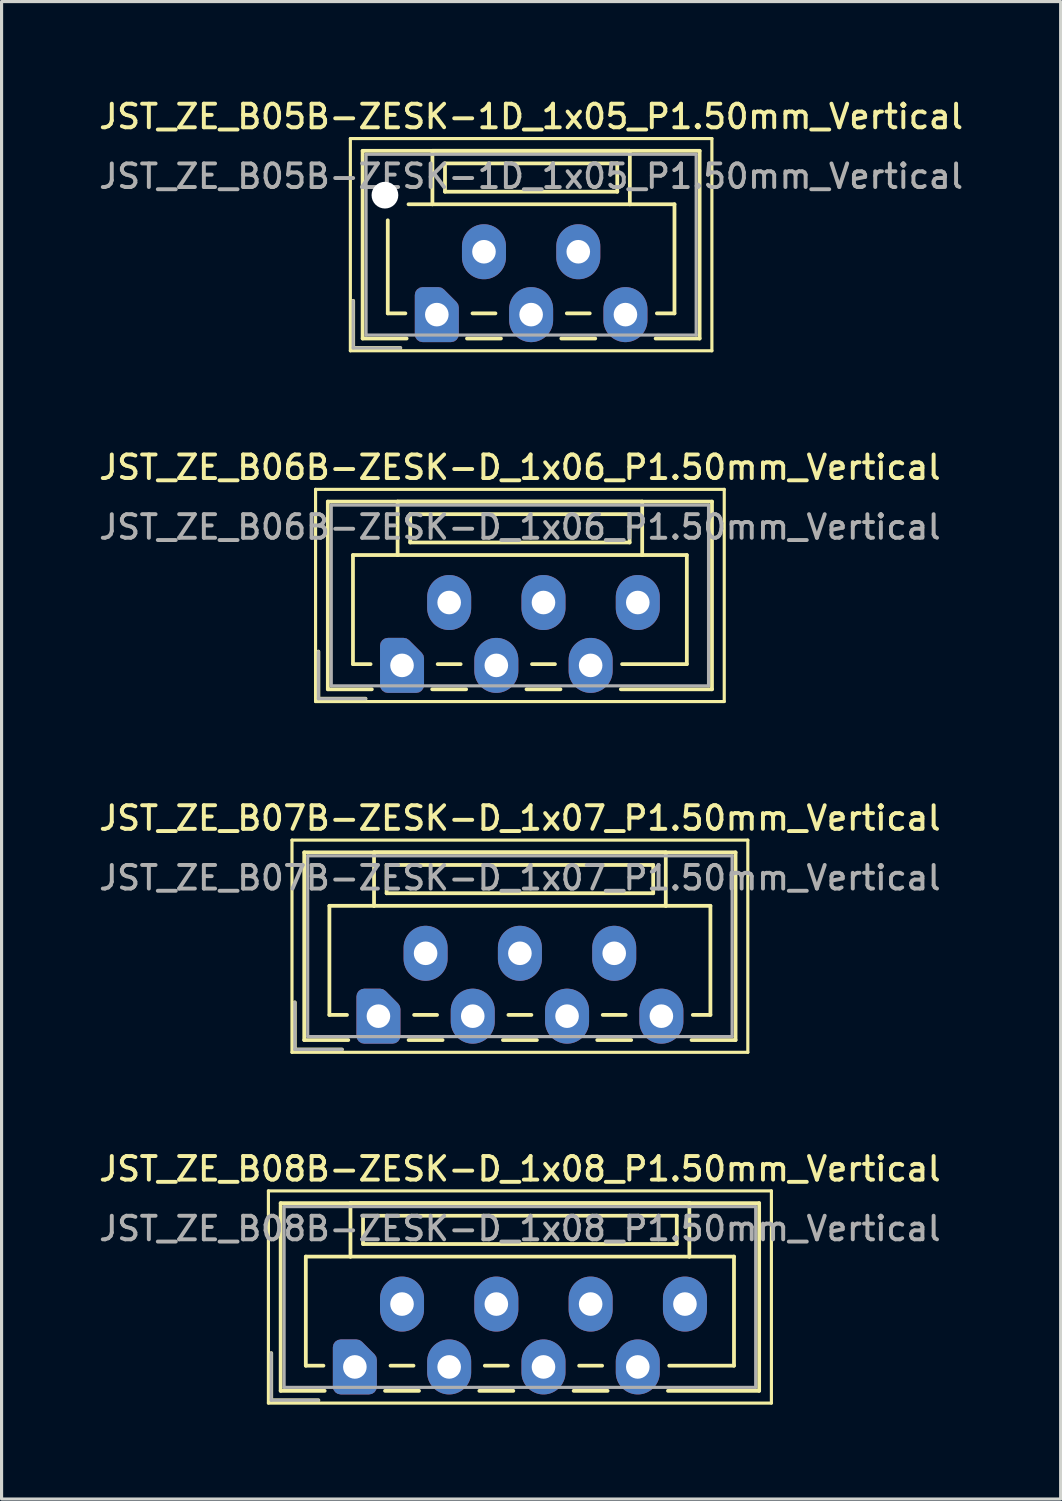
<source format=kicad_pcb>
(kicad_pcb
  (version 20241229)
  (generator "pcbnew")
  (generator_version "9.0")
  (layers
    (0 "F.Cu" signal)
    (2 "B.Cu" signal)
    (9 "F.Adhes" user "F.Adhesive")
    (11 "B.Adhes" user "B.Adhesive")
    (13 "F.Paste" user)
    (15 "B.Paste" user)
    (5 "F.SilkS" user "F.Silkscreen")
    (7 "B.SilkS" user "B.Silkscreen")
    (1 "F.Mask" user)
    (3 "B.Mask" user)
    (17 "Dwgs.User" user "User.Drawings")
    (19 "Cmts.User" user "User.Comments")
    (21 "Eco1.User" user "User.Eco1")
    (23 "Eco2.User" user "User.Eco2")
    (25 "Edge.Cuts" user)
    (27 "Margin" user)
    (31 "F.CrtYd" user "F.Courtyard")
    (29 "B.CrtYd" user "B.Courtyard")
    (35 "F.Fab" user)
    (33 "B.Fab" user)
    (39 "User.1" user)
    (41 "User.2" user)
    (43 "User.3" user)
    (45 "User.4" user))
  (footprint "JST_ZE_B05B-ZESK-1D_1x05_P1.50mm_Vertical"
    (layer "F.Cu")
    (at 10.845 6.958)
    (property "Reference" "JST_ZE_B05B-ZESK-1D_1x05_P1.50mm_Vertical" (at 3 -6.3 0) (layer "F.SilkS") (effects (font (size 0.75 0.75) (thickness 0.125))))
    (attr through_hole)
    (fp_line (start -2.75 -5.6) (end -2.75 1.15) (stroke (width 0.1) (type solid)) (layer "F.SilkS"))
    (fp_line (start -2.75 1.15) (end 8.75 1.15) (stroke (width 0.1) (type solid)) (layer "F.SilkS"))
    (fp_line (start -2.66 -0.44) (end -2.66 1.06) (stroke (width 0.12) (type solid)) (layer "F.SilkS"))
    (fp_line (start -2.66 1.06) (end -1.16 1.06) (stroke (width 0.12) (type solid)) (layer "F.SilkS"))
    (fp_line (start -2.36 -5.21) (end 8.36 -5.21) (stroke (width 0.12) (type solid)) (layer "F.SilkS"))
    (fp_line (start -2.36 0.76) (end -2.36 -5.21) (stroke (width 0.12) (type solid)) (layer "F.SilkS"))
    (fp_line (start -1.56 -3) (end -1.56 -0.04) (stroke (width 0.12) (type solid)) (layer "F.SilkS"))
    (fp_line (start -1.56 -0.04) (end -1 -0.04) (stroke (width 0.12) (type solid)) (layer "F.SilkS"))
    (fp_line (start -0.96 0.76) (end -2.36 0.76) (stroke (width 0.12) (type solid)) (layer "F.SilkS"))
    (fp_line (start -0.14 -5.21) (end -0.14 -3.51) (stroke (width 0.12) (type solid)) (layer "F.SilkS"))
    (fp_line (start -0.14 -3.51) (end -0.9 -3.51) (stroke (width 0.12) (type solid)) (layer "F.SilkS"))
    (fp_line (start -0.14 -3.51) (end 6.14 -3.51) (stroke (width 0.12) (type solid)) (layer "F.SilkS"))
    (fp_line (start 0.26 -4.81) (end 0.26 -3.91) (stroke (width 0.12) (type solid)) (layer "F.SilkS"))
    (fp_line (start 0.26 -3.91) (end 5.74 -3.91) (stroke (width 0.12) (type solid)) (layer "F.SilkS"))
    (fp_line (start 0.96 0.76) (end 2.04 0.76) (stroke (width 0.12) (type solid)) (layer "F.SilkS"))
    (fp_line (start 1.135 -0.04) (end 1.865 -0.04) (stroke (width 0.12) (type solid)) (layer "F.SilkS"))
    (fp_line (start 3.96 0.76) (end 5.04 0.76) (stroke (width 0.12) (type solid)) (layer "F.SilkS"))
    (fp_line (start 4.135 -0.04) (end 4.865 -0.04) (stroke (width 0.12) (type solid)) (layer "F.SilkS"))
    (fp_line (start 5.74 -4.81) (end 0.26 -4.81) (stroke (width 0.12) (type solid)) (layer "F.SilkS"))
    (fp_line (start 5.74 -3.91) (end 5.74 -4.81) (stroke (width 0.12) (type solid)) (layer "F.SilkS"))
    (fp_line (start 6.14 -5.21) (end -0.14 -5.21) (stroke (width 0.12) (type solid)) (layer "F.SilkS"))
    (fp_line (start 6.14 -3.51) (end 6.14 -5.21) (stroke (width 0.12) (type solid)) (layer "F.SilkS"))
    (fp_line (start 6.14 -3.51) (end 7.56 -3.51) (stroke (width 0.12) (type solid)) (layer "F.SilkS"))
    (fp_line (start 7.56 -3.51) (end 7.56 -0.04) (stroke (width 0.12) (type solid)) (layer "F.SilkS"))
    (fp_line (start 7.56 -0.04) (end 7 -0.04) (stroke (width 0.12) (type solid)) (layer "F.SilkS"))
    (fp_line (start 8.36 -5.21) (end 8.36 0.76) (stroke (width 0.12) (type solid)) (layer "F.SilkS"))
    (fp_line (start 8.36 0.76) (end 6.96 0.76) (stroke (width 0.12) (type solid)) (layer "F.SilkS"))
    (fp_line (start 8.75 -5.6) (end -2.75 -5.6) (stroke (width 0.1) (type solid)) (layer "F.SilkS"))
    (fp_line (start 8.75 1.15) (end 8.75 -5.6) (stroke (width 0.1) (type solid)) (layer "F.SilkS"))
    (fp_line (start -2.66 -0.44) (end -2.66 1.06) (stroke (width 0.1) (type solid)) (layer "F.Fab"))
    (fp_line (start -2.66 1.06) (end -1.16 1.06) (stroke (width 0.1) (type solid)) (layer "F.Fab"))
    (fp_line (start -2.25 -5.1) (end -2.25 0.65) (stroke (width 0.1) (type solid)) (layer "F.Fab"))
    (fp_line (start -2.25 0.65) (end 8.25 0.65) (stroke (width 0.1) (type solid)) (layer "F.Fab"))
    (fp_line (start 8.25 -5.1) (end -2.25 -5.1) (stroke (width 0.1) (type solid)) (layer "F.Fab"))
    (fp_line (start 8.25 0.65) (end 8.25 -5.1) (stroke (width 0.1) (type solid)) (layer "F.Fab"))
    (fp_text user "${REFERENCE}" (at 3 -4.4 0) (layer "F.Fab") (effects (font (size 0.75 0.75) (thickness 0.125))))
    (pad "" np_thru_hole circle (at -1.65 -3.8) (size 0.85 0.85) (drill 0.85) (layers "*.Cu" "*.Mask"))
    (pad "1" thru_hole custom (at 0 0) (size 1.117 1.117) (drill 0.75) (layers "*.Cu" "*.Mask") (options (anchor circle)) (primitives (gr_poly (pts (xy 0.45 -0.225) (xy 0.45 0.625) (xy -0.45 0.625) (xy -0.45 -0.625) (xy 0.05 -0.625)) (width 0.5) (fill yes))))
    (pad "2" thru_hole oval (at 1.5 -2) (size 1.4 1.75) (drill 0.75) (layers "*.Cu" "*.Mask"))
    (pad "3" thru_hole oval (at 3 0) (size 1.4 1.75) (drill 0.75) (layers "*.Cu" "*.Mask"))
    (pad "4" thru_hole oval (at 4.5 -2) (size 1.4 1.75) (drill 0.75) (layers "*.Cu" "*.Mask"))
    (pad "5" thru_hole oval (at 6 0) (size 1.4 1.75) (drill 0.75) (layers "*.Cu" "*.Mask")))
  (footprint "JST_ZE_B07B-ZESK-D_1x07_P1.50mm_Vertical"
    (layer "F.Cu")
    (at 8.988 29.274)
    (property "Reference" "JST_ZE_B07B-ZESK-D_1x07_P1.50mm_Vertical" (at 4.5 -6.3 0) (layer "F.SilkS") (effects (font (size 0.75 0.75) (thickness 0.125))))
    (attr through_hole)
    (fp_line (start -2.75 -5.6) (end -2.75 1.15) (stroke (width 0.1) (type solid)) (layer "F.SilkS"))
    (fp_line (start -2.75 1.15) (end 11.75 1.15) (stroke (width 0.1) (type solid)) (layer "F.SilkS"))
    (fp_line (start -2.66 -0.44) (end -2.66 1.06) (stroke (width 0.12) (type solid)) (layer "F.SilkS"))
    (fp_line (start -2.66 1.06) (end -1.16 1.06) (stroke (width 0.12) (type solid)) (layer "F.SilkS"))
    (fp_line (start -2.36 -5.21) (end 11.36 -5.21) (stroke (width 0.12) (type solid)) (layer "F.SilkS"))
    (fp_line (start -2.36 0.76) (end -2.36 -5.21) (stroke (width 0.12) (type solid)) (layer "F.SilkS"))
    (fp_line (start -1.56 -3.51) (end -1.56 -0.04) (stroke (width 0.12) (type solid)) (layer "F.SilkS"))
    (fp_line (start -1.56 -0.04) (end -1 -0.04) (stroke (width 0.12) (type solid)) (layer "F.SilkS"))
    (fp_line (start -0.96 0.76) (end -2.36 0.76) (stroke (width 0.12) (type solid)) (layer "F.SilkS"))
    (fp_line (start -0.14 -5.21) (end -0.14 -3.51) (stroke (width 0.12) (type solid)) (layer "F.SilkS"))
    (fp_line (start -0.14 -3.51) (end -1.56 -3.51) (stroke (width 0.12) (type solid)) (layer "F.SilkS"))
    (fp_line (start -0.14 -3.51) (end 9.14 -3.51) (stroke (width 0.12) (type solid)) (layer "F.SilkS"))
    (fp_line (start 0.26 -4.81) (end 0.26 -3.91) (stroke (width 0.12) (type solid)) (layer "F.SilkS"))
    (fp_line (start 0.26 -3.91) (end 8.74 -3.91) (stroke (width 0.12) (type solid)) (layer "F.SilkS"))
    (fp_line (start 0.96 0.76) (end 2.04 0.76) (stroke (width 0.12) (type solid)) (layer "F.SilkS"))
    (fp_line (start 1.135 -0.04) (end 1.865 -0.04) (stroke (width 0.12) (type solid)) (layer "F.SilkS"))
    (fp_line (start 3.96 0.76) (end 5.04 0.76) (stroke (width 0.12) (type solid)) (layer "F.SilkS"))
    (fp_line (start 4.135 -0.04) (end 4.865 -0.04) (stroke (width 0.12) (type solid)) (layer "F.SilkS"))
    (fp_line (start 6.96 0.76) (end 8.04 0.76) (stroke (width 0.12) (type solid)) (layer "F.SilkS"))
    (fp_line (start 7.135 -0.04) (end 7.865 -0.04) (stroke (width 0.12) (type solid)) (layer "F.SilkS"))
    (fp_line (start 8.74 -4.81) (end 0.26 -4.81) (stroke (width 0.12) (type solid)) (layer "F.SilkS"))
    (fp_line (start 8.74 -3.91) (end 8.74 -4.81) (stroke (width 0.12) (type solid)) (layer "F.SilkS"))
    (fp_line (start 9.14 -5.21) (end -0.14 -5.21) (stroke (width 0.12) (type solid)) (layer "F.SilkS"))
    (fp_line (start 9.14 -3.51) (end 9.14 -5.21) (stroke (width 0.12) (type solid)) (layer "F.SilkS"))
    (fp_line (start 9.14 -3.51) (end 10.56 -3.51) (stroke (width 0.12) (type solid)) (layer "F.SilkS"))
    (fp_line (start 10.56 -3.51) (end 10.56 -0.04) (stroke (width 0.12) (type solid)) (layer "F.SilkS"))
    (fp_line (start 10.56 -0.04) (end 10 -0.04) (stroke (width 0.12) (type solid)) (layer "F.SilkS"))
    (fp_line (start 11.36 -5.21) (end 11.36 0.76) (stroke (width 0.12) (type solid)) (layer "F.SilkS"))
    (fp_line (start 11.36 0.76) (end 9.96 0.76) (stroke (width 0.12) (type solid)) (layer "F.SilkS"))
    (fp_line (start 11.75 -5.6) (end -2.75 -5.6) (stroke (width 0.1) (type solid)) (layer "F.SilkS"))
    (fp_line (start 11.75 1.15) (end 11.75 -5.6) (stroke (width 0.1) (type solid)) (layer "F.SilkS"))
    (fp_line (start -2.66 -0.44) (end -2.66 1.06) (stroke (width 0.1) (type solid)) (layer "F.Fab"))
    (fp_line (start -2.66 1.06) (end -1.16 1.06) (stroke (width 0.1) (type solid)) (layer "F.Fab"))
    (fp_line (start -2.25 -5.1) (end -2.25 0.65) (stroke (width 0.1) (type solid)) (layer "F.Fab"))
    (fp_line (start -2.25 0.65) (end 11.25 0.65) (stroke (width 0.1) (type solid)) (layer "F.Fab"))
    (fp_line (start 11.25 -5.1) (end -2.25 -5.1) (stroke (width 0.1) (type solid)) (layer "F.Fab"))
    (fp_line (start 11.25 0.65) (end 11.25 -5.1) (stroke (width 0.1) (type solid)) (layer "F.Fab"))
    (fp_text user "${REFERENCE}" (at 4.5 -4.4 0) (layer "F.Fab") (effects (font (size 0.75 0.75) (thickness 0.125))))
    (pad "1" thru_hole custom (at 0 0) (size 1.117 1.117) (drill 0.75) (layers "*.Cu" "*.Mask") (options (anchor circle)) (primitives (gr_poly (pts (xy 0.45 -0.225) (xy 0.45 0.625) (xy -0.45 0.625) (xy -0.45 -0.625) (xy 0.05 -0.625)) (width 0.5) (fill yes))))
    (pad "2" thru_hole oval (at 1.5 -2) (size 1.4 1.75) (drill 0.75) (layers "*.Cu" "*.Mask"))
    (pad "3" thru_hole oval (at 3 0) (size 1.4 1.75) (drill 0.75) (layers "*.Cu" "*.Mask"))
    (pad "4" thru_hole oval (at 4.5 -2) (size 1.4 1.75) (drill 0.75) (layers "*.Cu" "*.Mask"))
    (pad "5" thru_hole oval (at 6 0) (size 1.4 1.75) (drill 0.75) (layers "*.Cu" "*.Mask"))
    (pad "6" thru_hole oval (at 7.5 -2) (size 1.4 1.75) (drill 0.75) (layers "*.Cu" "*.Mask"))
    (pad "7" thru_hole oval (at 9 0) (size 1.4 1.75) (drill 0.75) (layers "*.Cu" "*.Mask")))
  (footprint "JST_ZE_B08B-ZESK-D_1x08_P1.50mm_Vertical"
    (layer "F.Cu")
    (at 8.238 40.432)
    (property "Reference" "JST_ZE_B08B-ZESK-D_1x08_P1.50mm_Vertical" (at 5.25 -6.3 0) (layer "F.SilkS") (effects (font (size 0.75 0.75) (thickness 0.125))))
    (attr through_hole)
    (fp_line (start -2.75 -5.6) (end -2.75 1.15) (stroke (width 0.1) (type solid)) (layer "F.SilkS"))
    (fp_line (start -2.75 1.15) (end 13.25 1.15) (stroke (width 0.1) (type solid)) (layer "F.SilkS"))
    (fp_line (start -2.66 -0.44) (end -2.66 1.06) (stroke (width 0.12) (type solid)) (layer "F.SilkS"))
    (fp_line (start -2.66 1.06) (end -1.16 1.06) (stroke (width 0.12) (type solid)) (layer "F.SilkS"))
    (fp_line (start -2.36 -5.21) (end 12.86 -5.21) (stroke (width 0.12) (type solid)) (layer "F.SilkS"))
    (fp_line (start -2.36 0.76) (end -2.36 -5.21) (stroke (width 0.12) (type solid)) (layer "F.SilkS"))
    (fp_line (start -1.56 -3.51) (end -1.56 -0.04) (stroke (width 0.12) (type solid)) (layer "F.SilkS"))
    (fp_line (start -1.56 -0.04) (end -1 -0.04) (stroke (width 0.12) (type solid)) (layer "F.SilkS"))
    (fp_line (start -0.96 0.76) (end -2.36 0.76) (stroke (width 0.12) (type solid)) (layer "F.SilkS"))
    (fp_line (start -0.14 -5.21) (end -0.14 -3.51) (stroke (width 0.12) (type solid)) (layer "F.SilkS"))
    (fp_line (start -0.14 -3.51) (end -1.56 -3.51) (stroke (width 0.12) (type solid)) (layer "F.SilkS"))
    (fp_line (start -0.14 -3.51) (end 10.64 -3.51) (stroke (width 0.12) (type solid)) (layer "F.SilkS"))
    (fp_line (start 0.26 -4.81) (end 0.26 -3.91) (stroke (width 0.12) (type solid)) (layer "F.SilkS"))
    (fp_line (start 0.26 -3.91) (end 10.24 -3.91) (stroke (width 0.12) (type solid)) (layer "F.SilkS"))
    (fp_line (start 0.96 0.76) (end 2.04 0.76) (stroke (width 0.12) (type solid)) (layer "F.SilkS"))
    (fp_line (start 1.135 -0.04) (end 1.865 -0.04) (stroke (width 0.12) (type solid)) (layer "F.SilkS"))
    (fp_line (start 3.96 0.76) (end 5.04 0.76) (stroke (width 0.12) (type solid)) (layer "F.SilkS"))
    (fp_line (start 4.135 -0.04) (end 4.865 -0.04) (stroke (width 0.12) (type solid)) (layer "F.SilkS"))
    (fp_line (start 6.96 0.76) (end 8.04 0.76) (stroke (width 0.12) (type solid)) (layer "F.SilkS"))
    (fp_line (start 7.135 -0.04) (end 7.865 -0.04) (stroke (width 0.12) (type solid)) (layer "F.SilkS"))
    (fp_line (start 10.24 -4.81) (end 0.26 -4.81) (stroke (width 0.12) (type solid)) (layer "F.SilkS"))
    (fp_line (start 10.24 -3.91) (end 10.24 -4.81) (stroke (width 0.12) (type solid)) (layer "F.SilkS"))
    (fp_line (start 10.64 -5.21) (end -0.14 -5.21) (stroke (width 0.12) (type solid)) (layer "F.SilkS"))
    (fp_line (start 10.64 -3.51) (end 10.64 -5.21) (stroke (width 0.12) (type solid)) (layer "F.SilkS"))
    (fp_line (start 10.64 -3.51) (end 12.06 -3.51) (stroke (width 0.12) (type solid)) (layer "F.SilkS"))
    (fp_line (start 12.06 -3.51) (end 12.06 -0.04) (stroke (width 0.12) (type solid)) (layer "F.SilkS"))
    (fp_line (start 12.06 -0.04) (end 10 -0.04) (stroke (width 0.12) (type solid)) (layer "F.SilkS"))
    (fp_line (start 12.86 -5.21) (end 12.86 0.76) (stroke (width 0.12) (type solid)) (layer "F.SilkS"))
    (fp_line (start 12.86 0.76) (end 9.96 0.76) (stroke (width 0.12) (type solid)) (layer "F.SilkS"))
    (fp_line (start 13.25 -5.6) (end -2.75 -5.6) (stroke (width 0.1) (type solid)) (layer "F.SilkS"))
    (fp_line (start 13.25 1.15) (end 13.25 -5.6) (stroke (width 0.1) (type solid)) (layer "F.SilkS"))
    (fp_line (start -2.66 -0.44) (end -2.66 1.06) (stroke (width 0.1) (type solid)) (layer "F.Fab"))
    (fp_line (start -2.66 1.06) (end -1.16 1.06) (stroke (width 0.1) (type solid)) (layer "F.Fab"))
    (fp_line (start -2.25 -5.1) (end -2.25 0.65) (stroke (width 0.1) (type solid)) (layer "F.Fab"))
    (fp_line (start -2.25 0.65) (end 12.75 0.65) (stroke (width 0.1) (type solid)) (layer "F.Fab"))
    (fp_line (start 12.75 -5.1) (end -2.25 -5.1) (stroke (width 0.1) (type solid)) (layer "F.Fab"))
    (fp_line (start 12.75 0.65) (end 12.75 -5.1) (stroke (width 0.1) (type solid)) (layer "F.Fab"))
    (fp_text user "${REFERENCE}" (at 5.25 -4.4 0) (layer "F.Fab") (effects (font (size 0.75 0.75) (thickness 0.125))))
    (pad "1" thru_hole custom (at 0 0) (size 1.117 1.117) (drill 0.75) (layers "*.Cu" "*.Mask") (options (anchor circle)) (primitives (gr_poly (pts (xy 0.45 -0.225) (xy 0.45 0.625) (xy -0.45 0.625) (xy -0.45 -0.625) (xy 0.05 -0.625)) (width 0.5) (fill yes))))
    (pad "2" thru_hole oval (at 1.5 -2) (size 1.4 1.75) (drill 0.75) (layers "*.Cu" "*.Mask"))
    (pad "3" thru_hole oval (at 3 0) (size 1.4 1.75) (drill 0.75) (layers "*.Cu" "*.Mask"))
    (pad "4" thru_hole oval (at 4.5 -2) (size 1.4 1.75) (drill 0.75) (layers "*.Cu" "*.Mask"))
    (pad "5" thru_hole oval (at 6 0) (size 1.4 1.75) (drill 0.75) (layers "*.Cu" "*.Mask"))
    (pad "6" thru_hole oval (at 7.5 -2) (size 1.4 1.75) (drill 0.75) (layers "*.Cu" "*.Mask"))
    (pad "7" thru_hole oval (at 9 0) (size 1.4 1.75) (drill 0.75) (layers "*.Cu" "*.Mask"))
    (pad "8" thru_hole oval (at 10.5 -2) (size 1.4 1.75) (drill 0.75) (layers "*.Cu" "*.Mask")))
  (footprint "JST_ZE_B06B-ZESK-D_1x06_P1.50mm_Vertical"
    (layer "F.Cu")
    (at 9.738 18.116)
    (property "Reference" "JST_ZE_B06B-ZESK-D_1x06_P1.50mm_Vertical" (at 3.75 -6.3 0) (layer "F.SilkS") (effects (font (size 0.75 0.75) (thickness 0.125))))
    (attr through_hole)
    (fp_line (start -2.75 -5.6) (end -2.75 1.15) (stroke (width 0.1) (type solid)) (layer "F.SilkS"))
    (fp_line (start -2.75 1.15) (end 10.25 1.15) (stroke (width 0.1) (type solid)) (layer "F.SilkS"))
    (fp_line (start -2.66 -0.44) (end -2.66 1.06) (stroke (width 0.12) (type solid)) (layer "F.SilkS"))
    (fp_line (start -2.66 1.06) (end -1.16 1.06) (stroke (width 0.12) (type solid)) (layer "F.SilkS"))
    (fp_line (start -2.36 -5.21) (end 9.86 -5.21) (stroke (width 0.12) (type solid)) (layer "F.SilkS"))
    (fp_line (start -2.36 0.76) (end -2.36 -5.21) (stroke (width 0.12) (type solid)) (layer "F.SilkS"))
    (fp_line (start -1.56 -3.51) (end -1.56 -0.04) (stroke (width 0.12) (type solid)) (layer "F.SilkS"))
    (fp_line (start -1.56 -0.04) (end -1 -0.04) (stroke (width 0.12) (type solid)) (layer "F.SilkS"))
    (fp_line (start -0.96 0.76) (end -2.36 0.76) (stroke (width 0.12) (type solid)) (layer "F.SilkS"))
    (fp_line (start -0.14 -5.21) (end -0.14 -3.51) (stroke (width 0.12) (type solid)) (layer "F.SilkS"))
    (fp_line (start -0.14 -3.51) (end -1.56 -3.51) (stroke (width 0.12) (type solid)) (layer "F.SilkS"))
    (fp_line (start -0.14 -3.51) (end 7.64 -3.51) (stroke (width 0.12) (type solid)) (layer "F.SilkS"))
    (fp_line (start 0.26 -4.81) (end 0.26 -3.91) (stroke (width 0.12) (type solid)) (layer "F.SilkS"))
    (fp_line (start 0.26 -3.91) (end 7.24 -3.91) (stroke (width 0.12) (type solid)) (layer "F.SilkS"))
    (fp_line (start 0.96 0.76) (end 2.04 0.76) (stroke (width 0.12) (type solid)) (layer "F.SilkS"))
    (fp_line (start 1.135 -0.04) (end 1.865 -0.04) (stroke (width 0.12) (type solid)) (layer "F.SilkS"))
    (fp_line (start 3.96 0.76) (end 5.04 0.76) (stroke (width 0.12) (type solid)) (layer "F.SilkS"))
    (fp_line (start 4.135 -0.04) (end 4.865 -0.04) (stroke (width 0.12) (type solid)) (layer "F.SilkS"))
    (fp_line (start 7.24 -4.81) (end 0.26 -4.81) (stroke (width 0.12) (type solid)) (layer "F.SilkS"))
    (fp_line (start 7.24 -3.91) (end 7.24 -4.81) (stroke (width 0.12) (type solid)) (layer "F.SilkS"))
    (fp_line (start 7.64 -5.21) (end -0.14 -5.21) (stroke (width 0.12) (type solid)) (layer "F.SilkS"))
    (fp_line (start 7.64 -3.51) (end 7.64 -5.21) (stroke (width 0.12) (type solid)) (layer "F.SilkS"))
    (fp_line (start 7.64 -3.51) (end 9.06 -3.51) (stroke (width 0.12) (type solid)) (layer "F.SilkS"))
    (fp_line (start 9.06 -3.51) (end 9.06 -0.04) (stroke (width 0.12) (type solid)) (layer "F.SilkS"))
    (fp_line (start 9.06 -0.04) (end 7 -0.04) (stroke (width 0.12) (type solid)) (layer "F.SilkS"))
    (fp_line (start 9.86 -5.21) (end 9.86 0.76) (stroke (width 0.12) (type solid)) (layer "F.SilkS"))
    (fp_line (start 9.86 0.76) (end 6.96 0.76) (stroke (width 0.12) (type solid)) (layer "F.SilkS"))
    (fp_line (start 10.25 -5.6) (end -2.75 -5.6) (stroke (width 0.1) (type solid)) (layer "F.SilkS"))
    (fp_line (start 10.25 1.15) (end 10.25 -5.6) (stroke (width 0.1) (type solid)) (layer "F.SilkS"))
    (fp_line (start -2.66 -0.44) (end -2.66 1.06) (stroke (width 0.1) (type solid)) (layer "F.Fab"))
    (fp_line (start -2.66 1.06) (end -1.16 1.06) (stroke (width 0.1) (type solid)) (layer "F.Fab"))
    (fp_line (start -2.25 -5.1) (end -2.25 0.65) (stroke (width 0.1) (type solid)) (layer "F.Fab"))
    (fp_line (start -2.25 0.65) (end 9.75 0.65) (stroke (width 0.1) (type solid)) (layer "F.Fab"))
    (fp_line (start 9.75 -5.1) (end -2.25 -5.1) (stroke (width 0.1) (type solid)) (layer "F.Fab"))
    (fp_line (start 9.75 0.65) (end 9.75 -5.1) (stroke (width 0.1) (type solid)) (layer "F.Fab"))
    (fp_text user "${REFERENCE}" (at 3.75 -4.4 0) (layer "F.Fab") (effects (font (size 0.75 0.75) (thickness 0.125))))
    (pad "1" thru_hole custom (at 0 0) (size 1.117 1.117) (drill 0.75) (layers "*.Cu" "*.Mask") (options (anchor circle)) (primitives (gr_poly (pts (xy 0.45 -0.225) (xy 0.45 0.625) (xy -0.45 0.625) (xy -0.45 -0.625) (xy 0.05 -0.625)) (width 0.5) (fill yes))))
    (pad "2" thru_hole oval (at 1.5 -2) (size 1.4 1.75) (drill 0.75) (layers "*.Cu" "*.Mask"))
    (pad "3" thru_hole oval (at 3 0) (size 1.4 1.75) (drill 0.75) (layers "*.Cu" "*.Mask"))
    (pad "4" thru_hole oval (at 4.5 -2) (size 1.4 1.75) (drill 0.75) (layers "*.Cu" "*.Mask"))
    (pad "5" thru_hole oval (at 6 0) (size 1.4 1.75) (drill 0.75) (layers "*.Cu" "*.Mask"))
    (pad "6" thru_hole oval (at 7.5 -2) (size 1.4 1.75) (drill 0.75) (layers "*.Cu" "*.Mask")))
  (gr_rect
    (start -3 -3)
    (end 30.689 44.633)
    (stroke (width 0.1) (type default))
    (fill no)
    (layer "Edge.Cuts")))
</source>
